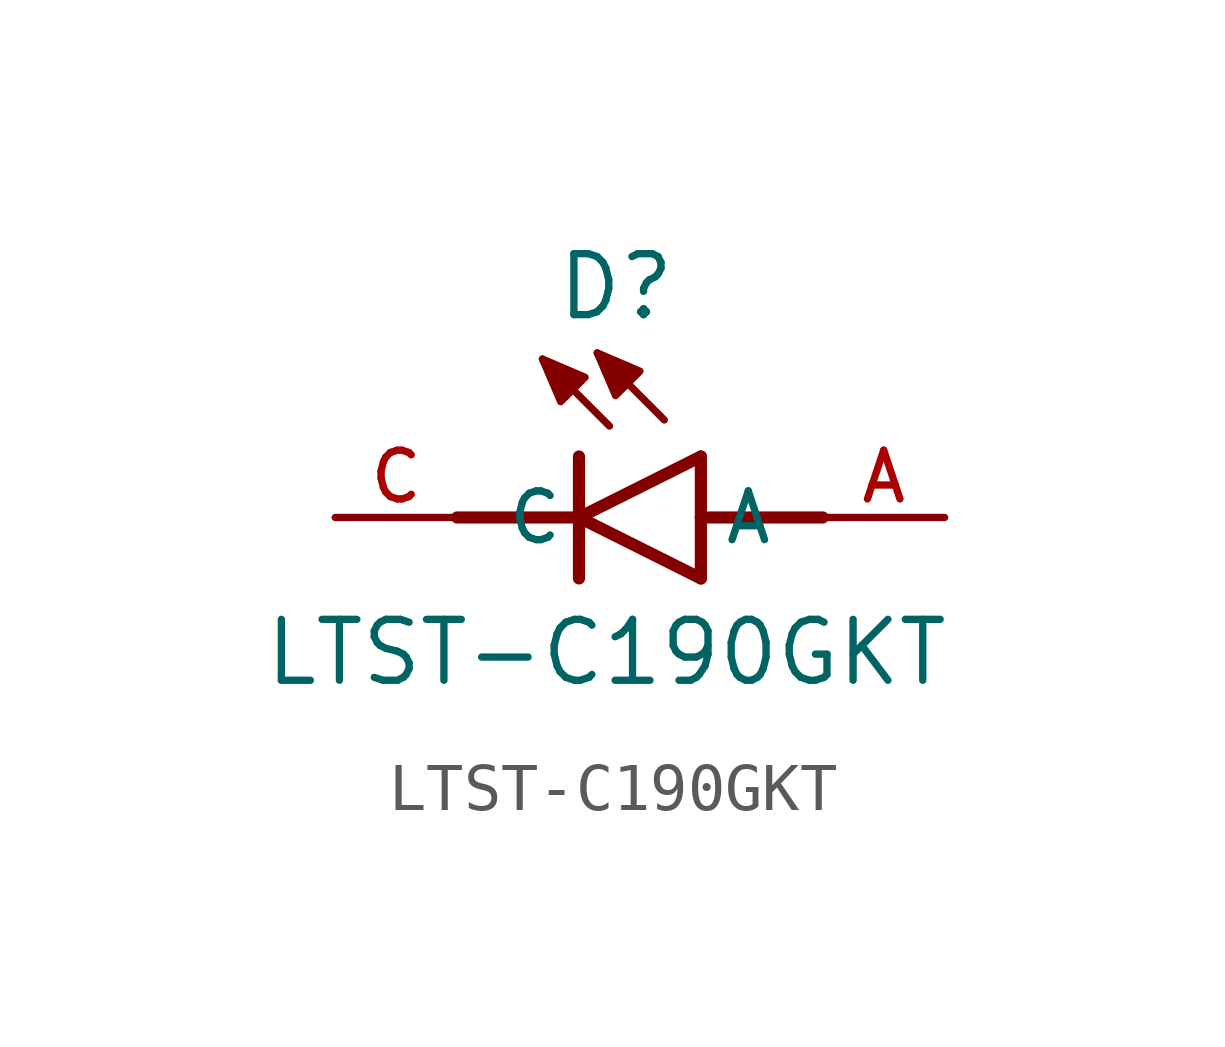
<source format=kicad_sym>
(kicad_symbol_lib
  (version 20231120)
  (generator "kicad_symbol_editor")
  (generator_version "8.0")
  (symbol "LTST-C190GKT"
    (pin_names
      (offset 1.016))
    (property "Reference" "D"
      (at -0.508 4.064 0)
      (effects (font (size 1.27 1.27)) (justify left bottom)))
    (property "Value" "LTST-C190GKT"
      (at -6.604 -3.556 0)
      (effects (font (size 1.27 1.27)) (justify left bottom)))
    (symbol "LTST-C190GKT_0_0"
      (polyline (pts (xy -2.54 0) (xy 0 0)) (stroke (width 0.254) (type default)) (fill (type none)))
      (polyline (pts (xy 0 -1.27) (xy 0 0)) (stroke (width 0.254) (type default)) (fill (type none)))
      (polyline (pts (xy 0 0) (xy 0 1.27)) (stroke (width 0.254) (type default)) (fill (type none)))
      (polyline (pts (xy 0 0) (xy 2.54 1.27)) (stroke (width 0.254) (type default)) (fill (type none)))
      (polyline (pts (xy 0.635 1.905) (xy -0.762 3.302)) (stroke (width 0.152) (type default)) (fill (type none)))
      (polyline (pts (xy 1.778 2.032) (xy 0.381 3.429)) (stroke (width 0.152) (type default)) (fill (type none)))
      (polyline (pts (xy 2.54 -1.27) (xy 0 0)) (stroke (width 0.254) (type default)) (fill (type none)))
      (polyline (pts (xy 2.54 -1.27) (xy 2.54 0)) (stroke (width 0.254) (type default)) (fill (type none)))
      (polyline (pts (xy 2.54 0) (xy 2.54 1.27)) (stroke (width 0.254) (type default)) (fill (type none)))
      (polyline (pts (xy 2.54 0) (xy 5.08 0)) (stroke (width 0.254) (type default)) (fill (type none)))
      (polyline (pts (xy -0.762 3.302) (xy 0.127 2.921) (xy -0.381 2.413) (xy -0.762 3.302)) (stroke (width 0.152) (type default)) (fill (type outline)))
      (polyline (pts (xy 0.381 3.429) (xy 1.27 3.048) (xy 0.762 2.54) (xy 0.381 3.429)) (stroke (width 0.152) (type default)) (fill (type outline)))
      (pin passive line (at -5.08 0 0) (length 2.54) (name "C" (effects (font (size 1.016 1.016)))) (number "C" (effects (font (size 1.016 1.016))))))
    (symbol "LTST-C190GKT_1_0"
      (pin passive line (at 7.62 0 180) (length 2.54) (name "A" (effects (font (size 1.016 1.016)))) (number "A" (effects (font (size 1.016 1.016))))))))
</source>
